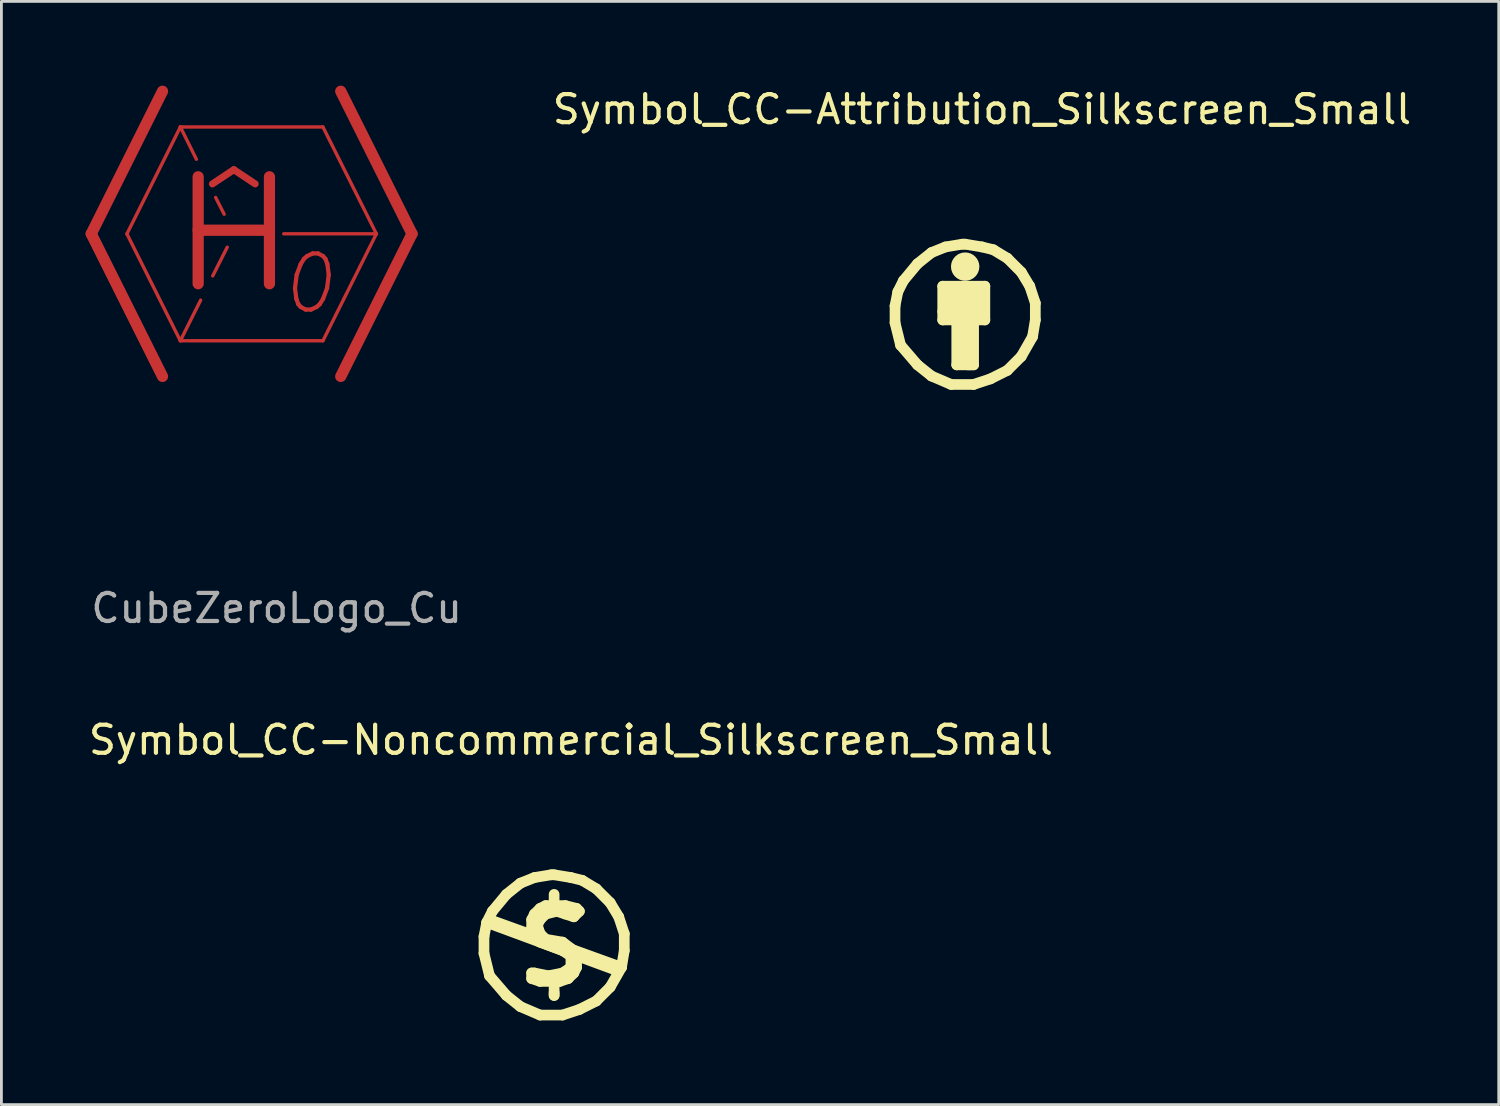
<source format=kicad_pcb>
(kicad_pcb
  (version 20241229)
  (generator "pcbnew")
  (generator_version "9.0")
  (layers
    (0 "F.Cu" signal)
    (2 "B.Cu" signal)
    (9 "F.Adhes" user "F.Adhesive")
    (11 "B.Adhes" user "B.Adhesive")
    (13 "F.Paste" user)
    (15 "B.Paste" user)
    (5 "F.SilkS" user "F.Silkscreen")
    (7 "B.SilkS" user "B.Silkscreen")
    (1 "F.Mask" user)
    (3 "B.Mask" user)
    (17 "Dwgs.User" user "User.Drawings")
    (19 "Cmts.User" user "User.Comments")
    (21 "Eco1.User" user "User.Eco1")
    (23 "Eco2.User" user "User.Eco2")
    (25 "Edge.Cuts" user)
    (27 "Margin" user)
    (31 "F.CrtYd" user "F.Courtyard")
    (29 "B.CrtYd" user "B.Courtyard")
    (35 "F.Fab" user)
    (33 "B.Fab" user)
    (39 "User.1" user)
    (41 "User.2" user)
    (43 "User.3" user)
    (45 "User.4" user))
  (footprint "CubeZeroLogo_Cu"
    (layer "F.Cu")
    (at 6.17 5.284)
    (property "Reference" "CubeZeroLogo_Cu" (at 0.635 13.335 0) (layer "F.Fab") (effects (font (size 1 1) (thickness 0.15))))
    (attr through_hole)
    (fp_line (start -5.97 -0.004) (end -3.43 5.077) (stroke (width 0.4) (type solid)) (layer "F.Cu"))
    (fp_line (start -4.7 -0.004) (end -2.795 3.807) (stroke (width 0.12) (type solid)) (layer "F.Cu"))
    (fp_line (start -3.43 -5.083) (end -5.97 -0.004) (stroke (width 0.4) (type solid)) (layer "F.Cu"))
    (fp_line (start -2.795 -3.813) (end -2.223 -2.659) (stroke (width 0.12) (type solid)) (layer "F.Cu"))
    (fp_line (start -2.794 -3.81) (end -4.699 0) (stroke (width 0.12) (type solid)) (layer "F.Cu"))
    (fp_line (start -2.794 -3.81) (end 2.286 -3.81) (stroke (width 0.12) (type solid)) (layer "F.Cu"))
    (fp_line (start -2.16 -2.035) (end -2.16 1.774) (stroke (width 0.4) (type solid)) (layer "F.Cu"))
    (fp_line (start -2.071 2.359) (end -2.795 3.807) (stroke (width 0.12) (type solid)) (layer "F.Cu"))
    (fp_line (start -1.652 -1.782) (end -0.89 -2.289) (stroke (width 0.25) (type solid)) (layer "F.Cu"))
    (fp_line (start -1.538 -1.299) (end -1.233 -0.702) (stroke (width 0.12) (type solid)) (layer "F.Cu"))
    (fp_line (start -1.123 0.472) (end -1.641 1.496) (stroke (width 0.12) (type solid)) (layer "F.Cu"))
    (fp_line (start -0.89 -2.289) (end -0.128 -1.782) (stroke (width 0.25) (type solid)) (layer "F.Cu"))
    (fp_line (start 0.38 -2.035) (end 0.38 1.774) (stroke (width 0.4) (type solid)) (layer "F.Cu"))
    (fp_line (start 0.38 -0.131) (end -2.16 -0.131) (stroke (width 0.4) (type solid)) (layer "F.Cu"))
    (fp_line (start 0.888 -0.004) (end 4.19 -0.004) (stroke (width 0.12) (type solid)) (layer "F.Cu"))
    (fp_line (start 2.285 3.807) (end -2.795 3.807) (stroke (width 0.12) (type solid)) (layer "F.Cu"))
    (fp_line (start 2.286 -3.81) (end 4.191 0) (stroke (width 0.12) (type solid)) (layer "F.Cu"))
    (fp_line (start 2.92 -5.083) (end 5.46 -0.004) (stroke (width 0.4) (type solid)) (layer "F.Cu"))
    (fp_line (start 4.19 -0.004) (end 2.285 3.807) (stroke (width 0.12) (type solid)) (layer "F.Cu"))
    (fp_line (start 5.46 -0.004) (end 2.92 5.077) (stroke (width 0.4) (type solid)) (layer "F.Cu"))
    (fp_text user "0" (at 1.778 1.778 0) (layer "F.Cu") (effects (font (size 2 2) (thickness 0.15) (italic yes)))))
  (footprint "Symbol_CC-Attribution_Silkscreen_Small"
    (layer "F.Cu")
    (at 31.337 8.148)
    (property "Reference" "Symbol_CC-Attribution_Silkscreen_Small" (at 0.599 -7.3 0) (layer "F.SilkS") (effects (font (size 1 1) (thickness 0.15))))
    (attr exclude_from_pos_files exclude_from_bom)
    (fp_line (start -2.499 -0.3) (end -2.499 0.3) (stroke (width 0.381) (type solid)) (layer "F.SilkS"))
    (fp_line (start -2.499 0.3) (end -2.301 1.1) (stroke (width 0.381) (type solid)) (layer "F.SilkS"))
    (fp_line (start -2.4 -0.8) (end -2.499 -0.3) (stroke (width 0.381) (type solid)) (layer "F.SilkS"))
    (fp_line (start -2.301 1.1) (end -1.699 1.801) (stroke (width 0.381) (type solid)) (layer "F.SilkS"))
    (fp_line (start -2.2 -1.199) (end -2.4 -0.8) (stroke (width 0.381) (type solid)) (layer "F.SilkS"))
    (fp_line (start -1.699 -1.801) (end -2.2 -1.199) (stroke (width 0.381) (type solid)) (layer "F.SilkS"))
    (fp_line (start -1.699 1.801) (end -1.199 2.2) (stroke (width 0.381) (type solid)) (layer "F.SilkS"))
    (fp_line (start -1.199 -2.2) (end -1.699 -1.801) (stroke (width 0.381) (type solid)) (layer "F.SilkS"))
    (fp_line (start -1.199 2.2) (end -0.5 2.499) (stroke (width 0.381) (type solid)) (layer "F.SilkS"))
    (fp_line (start -0.8 -1.001) (end 0.701 -1.001) (stroke (width 0.381) (type solid)) (layer "F.SilkS"))
    (fp_line (start -0.8 -0.099) (end 0.5 -0.099) (stroke (width 0.381) (type solid)) (layer "F.SilkS"))
    (fp_line (start -0.8 0.201) (end -0.8 -1.001) (stroke (width 0.381) (type solid)) (layer "F.SilkS"))
    (fp_line (start -0.701 -2.4) (end -1.199 -2.2) (stroke (width 0.381) (type solid)) (layer "F.SilkS"))
    (fp_line (start -0.701 -0.701) (end 0.599 -0.701) (stroke (width 0.381) (type solid)) (layer "F.SilkS"))
    (fp_line (start -0.5 2.499) (end 0.3 2.499) (stroke (width 0.381) (type solid)) (layer "F.SilkS"))
    (fp_line (start -0.3 0.3) (end -0.3 1.801) (stroke (width 0.381) (type solid)) (layer "F.SilkS"))
    (fp_line (start -0.3 1.801) (end 0.201 1.801) (stroke (width 0.381) (type solid)) (layer "F.SilkS"))
    (fp_line (start -0.099 -2.499) (end -0.701 -2.4) (stroke (width 0.381) (type solid)) (layer "F.SilkS"))
    (fp_line (start 0 -2.499) (end -0.099 -2.499) (stroke (width 0.381) (type solid)) (layer "F.SilkS"))
    (fp_line (start 0 -1.9) (end 0 -1.501) (stroke (width 0.381) (type solid)) (layer "F.SilkS"))
    (fp_line (start 0 0.3) (end 0 1.6) (stroke (width 0.381) (type solid)) (layer "F.SilkS"))
    (fp_line (start 0.099 1.801) (end 0.3 1.801) (stroke (width 0.381) (type solid)) (layer "F.SilkS"))
    (fp_line (start 0.3 1.801) (end 0.3 0.201) (stroke (width 0.381) (type solid)) (layer "F.SilkS"))
    (fp_line (start 0.3 2.499) (end 0.899 2.301) (stroke (width 0.381) (type solid)) (layer "F.SilkS"))
    (fp_line (start 0.5 -0.399) (end -0.701 -0.399) (stroke (width 0.381) (type solid)) (layer "F.SilkS"))
    (fp_line (start 0.599 -2.4) (end 0 -2.499) (stroke (width 0.381) (type solid)) (layer "F.SilkS"))
    (fp_line (start 0.701 -1.001) (end 0.701 0.201) (stroke (width 0.381) (type solid)) (layer "F.SilkS"))
    (fp_line (start 0.701 0.201) (end -0.8 0.201) (stroke (width 0.381) (type solid)) (layer "F.SilkS"))
    (fp_line (start 0.899 2.301) (end 1.501 1.999) (stroke (width 0.381) (type solid)) (layer "F.SilkS"))
    (fp_line (start 1.001 -2.301) (end 0.599 -2.4) (stroke (width 0.381) (type solid)) (layer "F.SilkS"))
    (fp_line (start 1.501 -1.999) (end 1.001 -2.301) (stroke (width 0.381) (type solid)) (layer "F.SilkS"))
    (fp_line (start 1.501 1.999) (end 1.999 1.501) (stroke (width 0.381) (type solid)) (layer "F.SilkS"))
    (fp_line (start 1.999 -1.501) (end 1.501 -1.999) (stroke (width 0.381) (type solid)) (layer "F.SilkS"))
    (fp_line (start 1.999 1.501) (end 2.4 0.8) (stroke (width 0.381) (type solid)) (layer "F.SilkS"))
    (fp_line (start 2.301 -1.001) (end 1.999 -1.501) (stroke (width 0.381) (type solid)) (layer "F.SilkS"))
    (fp_line (start 2.4 0.8) (end 2.499 0.201) (stroke (width 0.381) (type solid)) (layer "F.SilkS"))
    (fp_line (start 2.499 -0.399) (end 2.301 -1.001) (stroke (width 0.381) (type solid)) (layer "F.SilkS"))
    (fp_line (start 2.499 0.201) (end 2.499 -0.399) (stroke (width 0.381) (type solid)) (layer "F.SilkS"))
    (fp_circle (center 0 -1.699) (end 0.099 -1.4) (stroke (width 0.381) (type solid)) (fill no) (layer "F.SilkS")))
  (footprint "Symbol_CC-Noncommercial_Silkscreen_Small"
    (layer "F.Cu")
    (at 16.692 30.615)
    (property "Reference" "Symbol_CC-Noncommercial_Silkscreen_Small" (at 0.599 -7.3 0) (layer "F.SilkS") (effects (font (size 1 1) (thickness 0.15))))
    (attr exclude_from_pos_files exclude_from_bom)
    (fp_line (start -2.499 -0.3) (end -2.499 0.3) (stroke (width 0.381) (type solid)) (layer "F.SilkS"))
    (fp_line (start -2.499 0.3) (end -2.301 1.1) (stroke (width 0.381) (type solid)) (layer "F.SilkS"))
    (fp_line (start -2.4 -0.8) (end -2.499 -0.3) (stroke (width 0.381) (type solid)) (layer "F.SilkS"))
    (fp_line (start -2.4 -0.8) (end 2.2 0.899) (stroke (width 0.381) (type solid)) (layer "F.SilkS"))
    (fp_line (start -2.301 -0.899) (end 2.4 0.8) (stroke (width 0.381) (type solid)) (layer "F.SilkS"))
    (fp_line (start -2.301 1.1) (end -1.699 1.801) (stroke (width 0.381) (type solid)) (layer "F.SilkS"))
    (fp_line (start -2.2 -1.199) (end -2.4 -0.8) (stroke (width 0.381) (type solid)) (layer "F.SilkS"))
    (fp_line (start -1.699 -1.801) (end -2.2 -1.199) (stroke (width 0.381) (type solid)) (layer "F.SilkS"))
    (fp_line (start -1.699 1.801) (end -1.199 2.2) (stroke (width 0.381) (type solid)) (layer "F.SilkS"))
    (fp_line (start -1.199 -2.2) (end -1.699 -1.801) (stroke (width 0.381) (type solid)) (layer "F.SilkS"))
    (fp_line (start -1.199 2.2) (end -0.5 2.499) (stroke (width 0.381) (type solid)) (layer "F.SilkS"))
    (fp_line (start -0.8 -0.899) (end -0.8 -0.599) (stroke (width 0.381) (type solid)) (layer "F.SilkS"))
    (fp_line (start -0.8 -0.599) (end -0.701 -0.3) (stroke (width 0.381) (type solid)) (layer "F.SilkS"))
    (fp_line (start -0.8 1.001) (end -0.8 1.199) (stroke (width 0.381) (type solid)) (layer "F.SilkS"))
    (fp_line (start -0.8 1.199) (end -0.5 1.3) (stroke (width 0.381) (type solid)) (layer "F.SilkS"))
    (fp_line (start -0.701 -2.4) (end -1.199 -2.2) (stroke (width 0.381) (type solid)) (layer "F.SilkS"))
    (fp_line (start -0.701 -1.1) (end -0.8 -0.899) (stroke (width 0.381) (type solid)) (layer "F.SilkS"))
    (fp_line (start -0.701 -0.3) (end -0.5 -0.099) (stroke (width 0.381) (type solid)) (layer "F.SilkS"))
    (fp_line (start -0.701 1.001) (end -0.8 1.001) (stroke (width 0.381) (type solid)) (layer "F.SilkS"))
    (fp_line (start -0.599 -0.701) (end -0.5 -0.899) (stroke (width 0.381) (type solid)) (layer "F.SilkS"))
    (fp_line (start -0.5 -1.3) (end -0.701 -1.1) (stroke (width 0.381) (type solid)) (layer "F.SilkS"))
    (fp_line (start -0.5 -0.899) (end -0.3 -1.1) (stroke (width 0.381) (type solid)) (layer "F.SilkS"))
    (fp_line (start -0.5 -0.399) (end -0.599 -0.701) (stroke (width 0.381) (type solid)) (layer "F.SilkS"))
    (fp_line (start -0.5 -0.099) (end 0.3 0.201) (stroke (width 0.381) (type solid)) (layer "F.SilkS"))
    (fp_line (start -0.5 1.3) (end 0.201 1.3) (stroke (width 0.381) (type solid)) (layer "F.SilkS"))
    (fp_line (start -0.5 2.499) (end 0.3 2.499) (stroke (width 0.381) (type solid)) (layer "F.SilkS"))
    (fp_line (start -0.3 -1.4) (end -0.5 -1.3) (stroke (width 0.381) (type solid)) (layer "F.SilkS"))
    (fp_line (start -0.3 -1.1) (end 0.099 -1.199) (stroke (width 0.381) (type solid)) (layer "F.SilkS"))
    (fp_line (start -0.3 -0.201) (end -0.5 -0.399) (stroke (width 0.381) (type solid)) (layer "F.SilkS"))
    (fp_line (start -0.201 1.1) (end -0.701 1.001) (stroke (width 0.381) (type solid)) (layer "F.SilkS"))
    (fp_line (start -0.099 -2.499) (end -0.701 -2.4) (stroke (width 0.381) (type solid)) (layer "F.SilkS"))
    (fp_line (start 0 -2.499) (end -0.099 -2.499) (stroke (width 0.381) (type solid)) (layer "F.SilkS"))
    (fp_line (start 0 -1.501) (end 0 -1.801) (stroke (width 0.381) (type solid)) (layer "F.SilkS"))
    (fp_line (start 0 1.3) (end 0 1.801) (stroke (width 0.381) (type solid)) (layer "F.SilkS"))
    (fp_line (start 0 1.801) (end 0 1.699) (stroke (width 0.381) (type solid)) (layer "F.SilkS"))
    (fp_line (start 0.099 -1.199) (end 0.399 -1.1) (stroke (width 0.381) (type solid)) (layer "F.SilkS"))
    (fp_line (start 0.201 1.3) (end 0.5 1.199) (stroke (width 0.381) (type solid)) (layer "F.SilkS"))
    (fp_line (start 0.3 -0.099) (end -0.3 -0.201) (stroke (width 0.381) (type solid)) (layer "F.SilkS"))
    (fp_line (start 0.3 0.201) (end 0.599 0.399) (stroke (width 0.381) (type solid)) (layer "F.SilkS"))
    (fp_line (start 0.3 1.001) (end -0.201 1.1) (stroke (width 0.381) (type solid)) (layer "F.SilkS"))
    (fp_line (start 0.3 2.499) (end 0.899 2.301) (stroke (width 0.381) (type solid)) (layer "F.SilkS"))
    (fp_line (start 0.399 -1.4) (end -0.3 -1.4) (stroke (width 0.381) (type solid)) (layer "F.SilkS"))
    (fp_line (start 0.399 -1.1) (end 0.701 -1.001) (stroke (width 0.381) (type solid)) (layer "F.SilkS"))
    (fp_line (start 0.5 1.199) (end 0.701 1.001) (stroke (width 0.381) (type solid)) (layer "F.SilkS"))
    (fp_line (start 0.599 -2.4) (end 0 -2.499) (stroke (width 0.381) (type solid)) (layer "F.SilkS"))
    (fp_line (start 0.599 0.399) (end 0.599 0.8) (stroke (width 0.381) (type solid)) (layer "F.SilkS"))
    (fp_line (start 0.599 0.8) (end 0.3 1.001) (stroke (width 0.381) (type solid)) (layer "F.SilkS"))
    (fp_line (start 0.701 -1.001) (end 0.899 -1.199) (stroke (width 0.381) (type solid)) (layer "F.SilkS"))
    (fp_line (start 0.701 0.201) (end 0.3 -0.099) (stroke (width 0.381) (type solid)) (layer "F.SilkS"))
    (fp_line (start 0.701 1.001) (end 0.8 0.8) (stroke (width 0.381) (type solid)) (layer "F.SilkS"))
    (fp_line (start 0.8 -1.3) (end 0.399 -1.4) (stroke (width 0.381) (type solid)) (layer "F.SilkS"))
    (fp_line (start 0.8 0.5) (end 0.701 0.201) (stroke (width 0.381) (type solid)) (layer "F.SilkS"))
    (fp_line (start 0.8 0.8) (end 0.8 0.5) (stroke (width 0.381) (type solid)) (layer "F.SilkS"))
    (fp_line (start 0.899 -1.199) (end 0.8 -1.3) (stroke (width 0.381) (type solid)) (layer "F.SilkS"))
    (fp_line (start 0.899 2.301) (end 1.501 1.999) (stroke (width 0.381) (type solid)) (layer "F.SilkS"))
    (fp_line (start 1.001 -2.301) (end 0.599 -2.4) (stroke (width 0.381) (type solid)) (layer "F.SilkS"))
    (fp_line (start 1.501 -1.999) (end 1.001 -2.301) (stroke (width 0.381) (type solid)) (layer "F.SilkS"))
    (fp_line (start 1.501 1.999) (end 1.999 1.501) (stroke (width 0.381) (type solid)) (layer "F.SilkS"))
    (fp_line (start 1.999 -1.501) (end 1.501 -1.999) (stroke (width 0.381) (type solid)) (layer "F.SilkS"))
    (fp_line (start 1.999 1.501) (end 2.4 0.8) (stroke (width 0.381) (type solid)) (layer "F.SilkS"))
    (fp_line (start 2.301 -1.001) (end 1.999 -1.501) (stroke (width 0.381) (type solid)) (layer "F.SilkS"))
    (fp_line (start 2.4 0.8) (end 2.499 0.201) (stroke (width 0.381) (type solid)) (layer "F.SilkS"))
    (fp_line (start 2.499 -0.399) (end 2.301 -1.001) (stroke (width 0.381) (type solid)) (layer "F.SilkS"))
    (fp_line (start 2.499 0.201) (end 2.499 -0.399) (stroke (width 0.381) (type solid)) (layer "F.SilkS")))
  (gr_rect
    (start -3 -3)
    (end 50.347 36.305)
    (stroke (width 0.1) (type default))
    (fill no)
    (layer "Edge.Cuts")))
</source>
